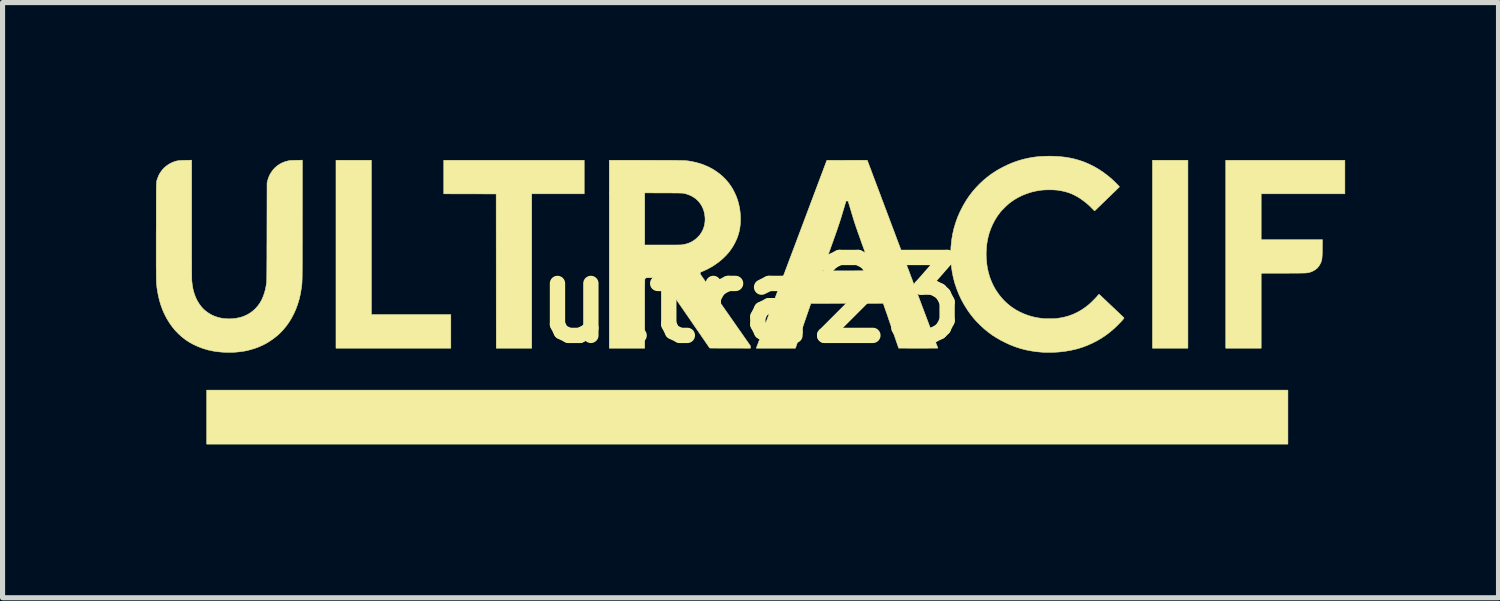
<source format=kicad_pcb>
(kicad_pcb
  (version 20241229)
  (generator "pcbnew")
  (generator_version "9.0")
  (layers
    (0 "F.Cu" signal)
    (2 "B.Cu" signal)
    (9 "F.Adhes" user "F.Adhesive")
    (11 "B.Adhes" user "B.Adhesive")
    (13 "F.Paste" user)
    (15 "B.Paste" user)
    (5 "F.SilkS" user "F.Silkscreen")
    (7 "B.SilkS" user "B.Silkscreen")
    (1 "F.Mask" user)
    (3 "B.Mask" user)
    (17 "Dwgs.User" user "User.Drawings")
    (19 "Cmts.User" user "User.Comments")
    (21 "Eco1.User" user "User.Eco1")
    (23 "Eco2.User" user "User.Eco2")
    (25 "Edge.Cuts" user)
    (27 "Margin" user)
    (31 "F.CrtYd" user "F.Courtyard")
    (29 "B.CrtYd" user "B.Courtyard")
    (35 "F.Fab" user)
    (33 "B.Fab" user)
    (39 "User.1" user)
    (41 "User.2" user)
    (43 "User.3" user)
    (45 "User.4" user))
  (footprint "ultra23"
    (layer "F.Cu")
    (at 11.627 2.82)
    (property "Reference" "ultra23" (at 0 0 0) (layer "F.SilkS") (effects (font (size 1.524 1.524) (thickness 0.3))))
    (attr through_hole)
    (fp_poly (pts (xy 8.556 0.94) (xy 7.863 0.94) (xy 7.863 -2.736) (xy 8.556 -2.736) (xy 8.556 0.94)) (stroke (width 0.01) (type solid)) (fill yes) (layer "F.SilkS"))
    (fp_poly (pts (xy -7.413 0.283) (xy -5.86 0.283) (xy -5.86 0.94) (xy -8.106 0.94) (xy -8.106 -2.736) (xy -7.413 -2.736) (xy -7.413 0.283)) (stroke (width 0.01) (type solid)) (fill yes) (layer "F.SilkS"))
    (fp_poly (pts (xy -3.251 -2.079) (xy -4.278 -2.079) (xy -4.278 0.94) (xy -4.971 0.94) (xy -4.972 -0.569) (xy -4.973 -2.077) (xy -5.485 -2.078) (xy -5.998 -2.079) (xy -5.998 -2.736) (xy -3.251 -2.736) (xy -3.251 -2.079)) (stroke (width 0.01) (type solid)) (fill yes) (layer "F.SilkS"))
    (fp_poly (pts (xy 3.878 1.76) (xy 5.76 1.76) (xy 5.976 1.76) (xy 7.156 1.76) (xy 7.332 1.76) (xy 7.868 1.76) (xy 10.512 1.76) (xy 10.512 2.816) (xy -10.635 2.816) (xy -10.635 1.76) (xy -7.991 1.76) (xy -7.511 1.76) (xy -7.338 1.76) (xy -6.17 1.76) (xy -5.956 1.76) (xy -4.085 1.76) (xy -3.835 1.76) (xy 3.627 1.76) (xy 3.878 1.76)) (stroke (width 0.01) (type solid)) (fill yes) (layer "F.SilkS"))
    (fp_poly (pts (xy 11.626 -2.079) (xy 9.989 -2.079) (xy 9.989 -1.183) (xy 11.188 -1.183) (xy 11.185 -1.012) (xy 11.185 -0.964) (xy 11.184 -0.924) (xy 11.183 -0.889) (xy 11.181 -0.859) (xy 11.179 -0.833) (xy 11.177 -0.811) (xy 11.174 -0.791) (xy 11.17 -0.774) (xy 11.165 -0.758) (xy 11.16 -0.743) (xy 11.153 -0.728) (xy 11.145 -0.711) (xy 11.141 -0.704) (xy 11.117 -0.664) (xy 11.088 -0.629) (xy 11.054 -0.6) (xy 11.014 -0.575) (xy 10.97 -0.555) (xy 10.962 -0.553) (xy 10.952 -0.549) (xy 10.943 -0.546) (xy 10.934 -0.543) (xy 10.926 -0.541) (xy 10.917 -0.539) (xy 10.907 -0.537) (xy 10.897 -0.535) (xy 10.885 -0.534) (xy 10.87 -0.532) (xy 10.854 -0.531) (xy 10.834 -0.53) (xy 10.812 -0.53) (xy 10.786 -0.529) (xy 10.755 -0.529) (xy 10.72 -0.528) (xy 10.68 -0.528) (xy 10.635 -0.528) (xy 10.584 -0.528) (xy 10.527 -0.527) (xy 10.463 -0.527) (xy 10.428 -0.527) (xy 9.989 -0.526) (xy 9.989 0.94) (xy 9.296 0.94) (xy 9.296 -2.736) (xy 11.626 -2.736) (xy 11.626 -2.079)) (stroke (width 0.01) (type solid)) (fill yes) (layer "F.SilkS"))
    (fp_poly (pts (xy -2.038 -2.735) (xy -1.951 -2.735) (xy -1.871 -2.735) (xy -1.798 -2.734) (xy -1.731 -2.734) (xy -1.67 -2.734) (xy -1.614 -2.734) (xy -1.564 -2.734) (xy -1.518 -2.733) (xy -1.477 -2.733) (xy -1.441 -2.733) (xy -1.408 -2.732) (xy -1.379 -2.732) (xy -1.353 -2.731) (xy -1.331 -2.731) (xy -1.31 -2.73) (xy -1.292 -2.729) (xy -1.276 -2.728) (xy -1.262 -2.727) (xy -1.249 -2.726) (xy -1.236 -2.725) (xy -1.225 -2.723) (xy -1.213 -2.722) (xy -1.202 -2.72) (xy -1.19 -2.718) (xy -1.177 -2.716) (xy -1.167 -2.714) (xy -1.076 -2.696) (xy -0.989 -2.672) (xy -0.904 -2.642) (xy -0.822 -2.606) (xy -0.743 -2.565) (xy -0.669 -2.518) (xy -0.599 -2.466) (xy -0.534 -2.41) (xy -0.474 -2.349) (xy -0.42 -2.283) (xy -0.417 -2.279) (xy -0.378 -2.224) (xy -0.341 -2.163) (xy -0.308 -2.098) (xy -0.278 -2.032) (xy -0.277 -2.028) (xy -0.25 -1.955) (xy -0.229 -1.878) (xy -0.212 -1.799) (xy -0.201 -1.717) (xy -0.195 -1.636) (xy -0.194 -1.555) (xy -0.199 -1.476) (xy -0.209 -1.399) (xy -0.22 -1.344) (xy -0.24 -1.273) (xy -0.266 -1.201) (xy -0.299 -1.13) (xy -0.336 -1.061) (xy -0.379 -0.995) (xy -0.42 -0.94) (xy -0.477 -0.875) (xy -0.54 -0.813) (xy -0.608 -0.755) (xy -0.681 -0.702) (xy -0.756 -0.653) (xy -0.835 -0.61) (xy -0.914 -0.573) (xy -0.935 -0.564) (xy -0.979 -0.547) (xy -0.981 -0.53) (xy -0.984 -0.512) (xy -0.492 0.192) (xy 0 0.896) (xy 0 0.94) (xy -0.398 0.939) (xy -0.796 0.938) (xy -1.237 0.297) (xy -1.28 0.235) (xy -1.321 0.175) (xy -1.361 0.117) (xy -1.4 0.061) (xy -1.437 0.007) (xy -1.473 -0.045) (xy -1.506 -0.093) (xy -1.537 -0.138) (xy -1.566 -0.18) (xy -1.593 -0.218) (xy -1.616 -0.252) (xy -1.637 -0.282) (xy -1.654 -0.307) (xy -1.668 -0.327) (xy -1.679 -0.342) (xy -1.686 -0.352) (xy -1.689 -0.356) (xy -1.711 -0.379) (xy -1.739 -0.399) (xy -1.771 -0.416) (xy -1.802 -0.429) (xy -1.819 -0.434) (xy -1.828 -0.435) (xy -1.839 -0.437) (xy -1.852 -0.438) (xy -1.868 -0.438) (xy -1.889 -0.439) (xy -1.915 -0.439) (xy -1.944 -0.438) (xy -2.042 -0.437) (xy -2.052 -0.428) (xy -2.059 -0.419) (xy -2.065 -0.407) (xy -2.065 -0.407) (xy -2.065 -0.401) (xy -2.066 -0.389) (xy -2.066 -0.369) (xy -2.066 -0.342) (xy -2.067 -0.309) (xy -2.067 -0.269) (xy -2.067 -0.222) (xy -2.068 -0.168) (xy -2.068 -0.108) (xy -2.068 -0.042) (xy -2.068 0.03) (xy -2.068 0.109) (xy -2.068 0.194) (xy -2.068 0.273) (xy -2.068 0.94) (xy -2.761 0.94) (xy -2.761 -1.078) (xy -2.068 -1.078) (xy -1.719 -1.078) (xy -1.658 -1.078) (xy -1.605 -1.078) (xy -1.557 -1.078) (xy -1.515 -1.078) (xy -1.479 -1.078) (xy -1.448 -1.079) (xy -1.422 -1.079) (xy -1.4 -1.079) (xy -1.381 -1.08) (xy -1.366 -1.08) (xy -1.353 -1.081) (xy -1.343 -1.082) (xy -1.335 -1.083) (xy -1.333 -1.083) (xy -1.271 -1.095) (xy -1.214 -1.112) (xy -1.16 -1.135) (xy -1.111 -1.164) (xy -1.064 -1.199) (xy -1.029 -1.232) (xy -0.989 -1.276) (xy -0.956 -1.324) (xy -0.929 -1.376) (xy -0.909 -1.43) (xy -0.895 -1.487) (xy -0.888 -1.546) (xy -0.887 -1.606) (xy -0.894 -1.669) (xy -0.895 -1.676) (xy -0.908 -1.737) (xy -0.928 -1.794) (xy -0.954 -1.847) (xy -0.985 -1.895) (xy -1.022 -1.939) (xy -1.063 -1.978) (xy -1.11 -2.012) (xy -1.162 -2.042) (xy -1.218 -2.065) (xy -1.279 -2.084) (xy -1.295 -2.087) (xy -1.301 -2.089) (xy -1.307 -2.09) (xy -1.313 -2.091) (xy -1.32 -2.092) (xy -1.329 -2.092) (xy -1.339 -2.093) (xy -1.351 -2.093) (xy -1.367 -2.094) (xy -1.385 -2.094) (xy -1.407 -2.095) (xy -1.433 -2.095) (xy -1.464 -2.095) (xy -1.5 -2.095) (xy -1.541 -2.096) (xy -1.588 -2.096) (xy -1.641 -2.096) (xy -1.699 -2.096) (xy -2.068 -2.098) (xy -2.068 -1.078) (xy -2.761 -1.078) (xy -2.761 -2.736) (xy -2.038 -2.735)) (stroke (width 0.01) (type solid)) (fill yes) (layer "F.SilkS"))
    (fp_poly (pts (xy 2.289 -2.726) (xy 2.29 -2.722) (xy 2.294 -2.711) (xy 2.301 -2.694) (xy 2.309 -2.671) (xy 2.32 -2.642) (xy 2.333 -2.607) (xy 2.349 -2.567) (xy 2.366 -2.521) (xy 2.385 -2.469) (xy 2.406 -2.413) (xy 2.429 -2.352) (xy 2.454 -2.286) (xy 2.48 -2.216) (xy 2.508 -2.142) (xy 2.538 -2.064) (xy 2.568 -1.981) (xy 2.601 -1.896) (xy 2.634 -1.806) (xy 2.669 -1.714) (xy 2.705 -1.618) (xy 2.742 -1.52) (xy 2.78 -1.419) (xy 2.819 -1.316) (xy 2.858 -1.21) (xy 2.899 -1.102) (xy 2.94 -0.993) (xy 2.979 -0.89) (xy 3.02 -0.779) (xy 3.061 -0.669) (xy 3.102 -0.562) (xy 3.141 -0.456) (xy 3.18 -0.353) (xy 3.218 -0.253) (xy 3.255 -0.155) (xy 3.29 -0.06) (xy 3.325 0.032) (xy 3.358 0.121) (xy 3.39 0.206) (xy 3.421 0.288) (xy 3.45 0.365) (xy 3.478 0.439) (xy 3.504 0.509) (xy 3.528 0.573) (xy 3.551 0.634) (xy 3.572 0.689) (xy 3.591 0.74) (xy 3.607 0.785) (xy 3.622 0.825) (xy 3.635 0.859) (xy 3.646 0.887) (xy 3.654 0.909) (xy 3.66 0.925) (xy 3.664 0.935) (xy 3.665 0.938) (xy 3.661 0.938) (xy 3.651 0.939) (xy 3.634 0.939) (xy 3.612 0.939) (xy 3.584 0.939) (xy 3.551 0.939) (xy 3.514 0.939) (xy 3.473 0.94) (xy 3.428 0.94) (xy 3.381 0.94) (xy 3.331 0.94) (xy 3.282 0.94) (xy 3.23 0.94) (xy 3.18 0.94) (xy 3.133 0.94) (xy 3.088 0.94) (xy 3.047 0.939) (xy 3.011 0.939) (xy 2.978 0.939) (xy 2.951 0.939) (xy 2.928 0.939) (xy 2.912 0.939) (xy 2.902 0.939) (xy 2.899 0.938) (xy 2.898 0.935) (xy 2.895 0.925) (xy 2.889 0.909) (xy 2.882 0.888) (xy 2.873 0.861) (xy 2.862 0.831) (xy 2.85 0.796) (xy 2.837 0.757) (xy 2.823 0.715) (xy 2.807 0.671) (xy 2.791 0.624) (xy 2.775 0.576) (xy 2.757 0.526) (xy 2.74 0.476) (xy 2.722 0.425) (xy 2.705 0.374) (xy 2.688 0.323) (xy 2.671 0.274) (xy 2.654 0.226) (xy 2.638 0.18) (xy 2.623 0.137) (xy 2.611 0.101) (xy 2.597 0.062) (xy 1.89 0.063) (xy 1.182 0.064) (xy 0.88 0.94) (xy 0.498 0.94) (xy 0.115 0.94) (xy 0.118 0.932) (xy 0.119 0.928) (xy 0.123 0.917) (xy 0.129 0.9) (xy 0.138 0.877) (xy 0.149 0.848) (xy 0.162 0.813) (xy 0.177 0.773) (xy 0.194 0.727) (xy 0.213 0.676) (xy 0.234 0.62) (xy 0.257 0.559) (xy 0.282 0.493) (xy 0.308 0.423) (xy 0.336 0.349) (xy 0.365 0.271) (xy 0.396 0.189) (xy 0.428 0.103) (xy 0.462 0.014) (xy 0.496 -0.079) (xy 0.532 -0.174) (xy 0.569 -0.272) (xy 0.607 -0.373) (xy 0.646 -0.477) (xy 0.682 -0.573) (xy 1.408 -0.573) (xy 1.889 -0.573) (xy 1.959 -0.573) (xy 2.024 -0.573) (xy 2.084 -0.574) (xy 2.139 -0.574) (xy 2.189 -0.574) (xy 2.234 -0.574) (xy 2.272 -0.574) (xy 2.304 -0.575) (xy 2.331 -0.575) (xy 2.35 -0.576) (xy 2.363 -0.576) (xy 2.369 -0.577) (xy 2.369 -0.577) (xy 2.368 -0.58) (xy 2.365 -0.591) (xy 2.359 -0.607) (xy 2.351 -0.629) (xy 2.342 -0.656) (xy 2.331 -0.688) (xy 2.318 -0.724) (xy 2.303 -0.765) (xy 2.288 -0.809) (xy 2.271 -0.856) (xy 2.253 -0.906) (xy 2.234 -0.959) (xy 2.215 -1.014) (xy 2.205 -1.04) (xy 2.181 -1.106) (xy 2.16 -1.166) (xy 2.141 -1.22) (xy 2.124 -1.268) (xy 2.108 -1.312) (xy 2.094 -1.352) (xy 2.082 -1.387) (xy 2.07 -1.42) (xy 2.06 -1.45) (xy 2.051 -1.477) (xy 2.042 -1.503) (xy 2.034 -1.528) (xy 2.026 -1.552) (xy 2.019 -1.576) (xy 2.011 -1.6) (xy 2.004 -1.626) (xy 1.996 -1.652) (xy 1.987 -1.681) (xy 1.978 -1.711) (xy 1.976 -1.719) (xy 1.91 -1.938) (xy 1.89 -1.938) (xy 1.87 -1.938) (xy 1.803 -1.715) (xy 1.795 -1.689) (xy 1.788 -1.664) (xy 1.78 -1.639) (xy 1.773 -1.615) (xy 1.765 -1.591) (xy 1.758 -1.566) (xy 1.749 -1.541) (xy 1.741 -1.515) (xy 1.732 -1.488) (xy 1.722 -1.459) (xy 1.712 -1.429) (xy 1.701 -1.396) (xy 1.689 -1.361) (xy 1.675 -1.322) (xy 1.661 -1.281) (xy 1.645 -1.236) (xy 1.628 -1.187) (xy 1.609 -1.134) (xy 1.588 -1.077) (xy 1.566 -1.015) (xy 1.542 -0.947) (xy 1.516 -0.874) (xy 1.488 -0.796) (xy 1.458 -0.711) (xy 1.425 -0.62) (xy 1.417 -0.598) (xy 1.408 -0.573) (xy 0.682 -0.573) (xy 0.686 -0.583) (xy 0.726 -0.69) (xy 0.767 -0.8) (xy 0.807 -0.905) (xy 1.494 -2.734) (xy 1.89 -2.735) (xy 2.285 -2.736) (xy 2.289 -2.726)) (stroke (width 0.01) (type solid)) (fill yes) (layer "F.SilkS"))
    (fp_poly (pts (xy -8.764 -1.565) (xy -8.764 -1.454) (xy -8.764 -1.351) (xy -8.764 -1.253) (xy -8.764 -1.163) (xy -8.765 -1.078) (xy -8.765 -1) (xy -8.765 -0.928) (xy -8.765 -0.86) (xy -8.765 -0.798) (xy -8.765 -0.742) (xy -8.765 -0.689) (xy -8.766 -0.642) (xy -8.766 -0.598) (xy -8.766 -0.559) (xy -8.767 -0.523) (xy -8.767 -0.491) (xy -8.767 -0.461) (xy -8.768 -0.435) (xy -8.768 -0.412) (xy -8.769 -0.391) (xy -8.77 -0.372) (xy -8.77 -0.355) (xy -8.771 -0.34) (xy -8.772 -0.326) (xy -8.773 -0.314) (xy -8.774 -0.302) (xy -8.775 -0.291) (xy -8.777 -0.281) (xy -8.778 -0.271) (xy -8.779 -0.26) (xy -8.781 -0.25) (xy -8.783 -0.239) (xy -8.784 -0.227) (xy -8.785 -0.221) (xy -8.803 -0.115) (xy -8.827 -0.013) (xy -8.857 0.086) (xy -8.892 0.181) (xy -8.933 0.271) (xy -8.979 0.358) (xy -9.03 0.44) (xy -9.086 0.517) (xy -9.147 0.589) (xy -9.212 0.656) (xy -9.269 0.706) (xy -9.347 0.766) (xy -9.428 0.82) (xy -9.513 0.868) (xy -9.602 0.909) (xy -9.694 0.944) (xy -9.789 0.972) (xy -9.887 0.995) (xy -9.989 1.01) (xy -10.095 1.02) (xy -10.203 1.022) (xy -10.309 1.019) (xy -10.412 1.01) (xy -10.514 0.995) (xy -10.612 0.973) (xy -10.707 0.945) (xy -10.798 0.911) (xy -10.886 0.871) (xy -10.969 0.826) (xy -11.045 0.777) (xy -11.117 0.721) (xy -11.185 0.66) (xy -11.249 0.594) (xy -11.308 0.522) (xy -11.362 0.446) (xy -11.412 0.365) (xy -11.457 0.279) (xy -11.497 0.19) (xy -11.531 0.096) (xy -11.56 -0.001) (xy -11.583 -0.101) (xy -11.595 -0.163) (xy -11.598 -0.18) (xy -11.6 -0.196) (xy -11.602 -0.211) (xy -11.605 -0.226) (xy -11.607 -0.241) (xy -11.609 -0.256) (xy -11.61 -0.272) (xy -11.612 -0.288) (xy -11.613 -0.306) (xy -11.615 -0.325) (xy -11.616 -0.345) (xy -11.617 -0.368) (xy -11.618 -0.392) (xy -11.619 -0.419) (xy -11.619 -0.449) (xy -11.62 -0.483) (xy -11.62 -0.519) (xy -11.621 -0.559) (xy -11.621 -0.603) (xy -11.622 -0.652) (xy -11.622 -0.705) (xy -11.622 -0.762) (xy -11.622 -0.825) (xy -11.622 -0.893) (xy -11.622 -0.967) (xy -11.622 -1.047) (xy -11.622 -1.133) (xy -11.622 -1.226) (xy -11.622 -1.325) (xy -11.621 -1.372) (xy -11.621 -1.469) (xy -11.621 -1.559) (xy -11.621 -1.643) (xy -11.621 -1.72) (xy -11.621 -1.791) (xy -11.621 -1.857) (xy -11.621 -1.916) (xy -11.621 -1.971) (xy -11.62 -2.02) (xy -11.62 -2.065) (xy -11.62 -2.105) (xy -11.62 -2.14) (xy -11.619 -2.172) (xy -11.619 -2.2) (xy -11.618 -2.225) (xy -11.618 -2.247) (xy -11.617 -2.266) (xy -11.616 -2.282) (xy -11.615 -2.296) (xy -11.614 -2.308) (xy -11.613 -2.319) (xy -11.612 -2.327) (xy -11.61 -2.335) (xy -11.609 -2.342) (xy -11.607 -2.348) (xy -11.605 -2.354) (xy -11.603 -2.36) (xy -11.601 -2.366) (xy -11.599 -2.372) (xy -11.596 -2.379) (xy -11.595 -2.383) (xy -11.573 -2.439) (xy -11.544 -2.491) (xy -11.51 -2.539) (xy -11.471 -2.583) (xy -11.426 -2.622) (xy -11.378 -2.656) (xy -11.325 -2.685) (xy -11.268 -2.708) (xy -11.265 -2.709) (xy -11.246 -2.715) (xy -11.227 -2.72) (xy -11.209 -2.724) (xy -11.19 -2.727) (xy -11.169 -2.73) (xy -11.145 -2.732) (xy -11.117 -2.733) (xy -11.084 -2.734) (xy -11.045 -2.735) (xy -11.044 -2.735) (xy -10.929 -2.737) (xy -10.929 -1.576) (xy -10.929 -1.448) (xy -10.929 -1.327) (xy -10.929 -1.213) (xy -10.929 -1.106) (xy -10.929 -1.007) (xy -10.929 -0.914) (xy -10.929 -0.829) (xy -10.928 -0.752) (xy -10.928 -0.681) (xy -10.928 -0.617) (xy -10.928 -0.561) (xy -10.927 -0.512) (xy -10.927 -0.471) (xy -10.927 -0.436) (xy -10.926 -0.409) (xy -10.926 -0.389) (xy -10.926 -0.376) (xy -10.925 -0.372) (xy -10.915 -0.286) (xy -10.9 -0.206) (xy -10.879 -0.13) (xy -10.852 -0.058) (xy -10.821 0.008) (xy -10.784 0.069) (xy -10.742 0.126) (xy -10.74 0.129) (xy -10.695 0.178) (xy -10.644 0.221) (xy -10.59 0.259) (xy -10.531 0.292) (xy -10.469 0.319) (xy -10.404 0.34) (xy -10.335 0.355) (xy -10.265 0.363) (xy -10.192 0.366) (xy -10.131 0.363) (xy -10.062 0.355) (xy -9.999 0.343) (xy -9.94 0.327) (xy -9.884 0.305) (xy -9.831 0.279) (xy -9.781 0.249) (xy -9.727 0.208) (xy -9.678 0.163) (xy -9.634 0.113) (xy -9.595 0.058) (xy -9.56 -0.002) (xy -9.531 -0.068) (xy -9.506 -0.139) (xy -9.485 -0.215) (xy -9.47 -0.297) (xy -9.465 -0.334) (xy -9.464 -0.339) (xy -9.463 -0.345) (xy -9.463 -0.352) (xy -9.462 -0.36) (xy -9.462 -0.369) (xy -9.461 -0.38) (xy -9.461 -0.393) (xy -9.46 -0.407) (xy -9.46 -0.425) (xy -9.46 -0.445) (xy -9.459 -0.467) (xy -9.459 -0.494) (xy -9.459 -0.523) (xy -9.459 -0.557) (xy -9.458 -0.594) (xy -9.458 -0.636) (xy -9.458 -0.682) (xy -9.458 -0.734) (xy -9.457 -0.79) (xy -9.457 -0.852) (xy -9.457 -0.919) (xy -9.457 -0.993) (xy -9.457 -1.072) (xy -9.456 -1.158) (xy -9.456 -1.251) (xy -9.456 -1.339) (xy -9.454 -2.295) (xy -9.444 -2.333) (xy -9.426 -2.393) (xy -9.402 -2.449) (xy -9.371 -2.501) (xy -9.336 -2.549) (xy -9.296 -2.592) (xy -9.251 -2.63) (xy -9.201 -2.663) (xy -9.148 -2.69) (xy -9.092 -2.711) (xy -9.032 -2.726) (xy -9.028 -2.727) (xy -9.015 -2.729) (xy -8.999 -2.731) (xy -8.979 -2.732) (xy -8.955 -2.733) (xy -8.925 -2.734) (xy -8.89 -2.735) (xy -8.878 -2.735) (xy -8.763 -2.737) (xy -8.764 -1.565)) (stroke (width 0.01) (type solid)) (fill yes) (layer "F.SilkS"))
    (fp_poly (pts (xy 5.887 -2.815) (xy 5.978 -2.812) (xy 6.063 -2.806) (xy 6.144 -2.797) (xy 6.222 -2.785) (xy 6.298 -2.77) (xy 6.374 -2.751) (xy 6.444 -2.73) (xy 6.538 -2.697) (xy 6.63 -2.657) (xy 6.722 -2.611) (xy 6.812 -2.559) (xy 6.899 -2.501) (xy 6.983 -2.438) (xy 7.064 -2.371) (xy 7.139 -2.299) (xy 7.178 -2.259) (xy 7.218 -2.216) (xy 7.182 -2.181) (xy 7.174 -2.173) (xy 7.161 -2.16) (xy 7.144 -2.144) (xy 7.123 -2.123) (xy 7.098 -2.1) (xy 7.071 -2.074) (xy 7.042 -2.045) (xy 7.011 -2.015) (xy 6.978 -1.984) (xy 6.945 -1.951) (xy 6.94 -1.947) (xy 6.908 -1.916) (xy 6.877 -1.886) (xy 6.848 -1.858) (xy 6.821 -1.832) (xy 6.797 -1.809) (xy 6.777 -1.789) (xy 6.759 -1.772) (xy 6.746 -1.759) (xy 6.736 -1.751) (xy 6.732 -1.746) (xy 6.731 -1.746) (xy 6.728 -1.748) (xy 6.721 -1.755) (xy 6.71 -1.765) (xy 6.698 -1.778) (xy 6.691 -1.785) (xy 6.629 -1.847) (xy 6.562 -1.906) (xy 6.49 -1.96) (xy 6.452 -1.987) (xy 6.392 -2.024) (xy 6.334 -2.055) (xy 6.276 -2.082) (xy 6.216 -2.104) (xy 6.154 -2.122) (xy 6.088 -2.137) (xy 6.017 -2.149) (xy 6.005 -2.151) (xy 5.98 -2.153) (xy 5.949 -2.155) (xy 5.914 -2.157) (xy 5.876 -2.157) (xy 5.837 -2.158) (xy 5.798 -2.157) (xy 5.761 -2.156) (xy 5.727 -2.154) (xy 5.698 -2.152) (xy 5.688 -2.151) (xy 5.59 -2.135) (xy 5.496 -2.113) (xy 5.406 -2.084) (xy 5.319 -2.05) (xy 5.236 -2.009) (xy 5.156 -1.962) (xy 5.079 -1.908) (xy 5.079 -1.908) (xy 5.06 -1.892) (xy 5.037 -1.872) (xy 5.011 -1.849) (xy 4.985 -1.824) (xy 4.959 -1.798) (xy 4.934 -1.773) (xy 4.911 -1.749) (xy 4.892 -1.728) (xy 4.883 -1.716) (xy 4.828 -1.642) (xy 4.779 -1.563) (xy 4.736 -1.48) (xy 4.699 -1.394) (xy 4.668 -1.305) (xy 4.644 -1.214) (xy 4.627 -1.121) (xy 4.623 -1.094) (xy 4.614 -1) (xy 4.61 -0.906) (xy 4.613 -0.813) (xy 4.621 -0.721) (xy 4.634 -0.631) (xy 4.653 -0.544) (xy 4.677 -0.461) (xy 4.681 -0.448) (xy 4.715 -0.36) (xy 4.755 -0.275) (xy 4.801 -0.195) (xy 4.852 -0.12) (xy 4.908 -0.049) (xy 4.969 0.017) (xy 5.035 0.078) (xy 5.106 0.134) (xy 5.181 0.184) (xy 5.261 0.228) (xy 5.344 0.267) (xy 5.348 0.268) (xy 5.436 0.301) (xy 5.527 0.327) (xy 5.621 0.346) (xy 5.717 0.36) (xy 5.739 0.361) (xy 5.766 0.363) (xy 5.798 0.364) (xy 5.832 0.364) (xy 5.866 0.364) (xy 5.9 0.363) (xy 5.931 0.363) (xy 5.958 0.361) (xy 5.976 0.36) (xy 6.067 0.347) (xy 6.153 0.329) (xy 6.236 0.305) (xy 6.316 0.275) (xy 6.394 0.238) (xy 6.47 0.195) (xy 6.544 0.145) (xy 6.599 0.103) (xy 6.62 0.086) (xy 6.644 0.064) (xy 6.67 0.04) (xy 6.697 0.013) (xy 6.723 -0.013) (xy 6.748 -0.039) (xy 6.77 -0.062) (xy 6.782 -0.076) (xy 6.794 -0.09) (xy 6.805 -0.102) (xy 6.813 -0.111) (xy 6.818 -0.115) (xy 6.818 -0.115) (xy 6.821 -0.113) (xy 6.829 -0.105) (xy 6.841 -0.094) (xy 6.857 -0.079) (xy 6.877 -0.061) (xy 6.899 -0.04) (xy 6.924 -0.016) (xy 6.952 0.01) (xy 6.98 0.037) (xy 7.01 0.065) (xy 7.041 0.095) (xy 7.072 0.124) (xy 7.103 0.153) (xy 7.134 0.182) (xy 7.163 0.21) (xy 7.191 0.236) (xy 7.217 0.261) (xy 7.24 0.283) (xy 7.261 0.303) (xy 7.278 0.319) (xy 7.291 0.332) (xy 7.301 0.341) (xy 7.305 0.346) (xy 7.306 0.347) (xy 7.305 0.352) (xy 7.299 0.362) (xy 7.288 0.376) (xy 7.272 0.395) (xy 7.25 0.419) (xy 7.224 0.446) (xy 7.193 0.478) (xy 7.185 0.486) (xy 7.109 0.559) (xy 7.032 0.624) (xy 6.954 0.684) (xy 6.872 0.739) (xy 6.786 0.79) (xy 6.695 0.837) (xy 6.693 0.838) (xy 6.594 0.883) (xy 6.493 0.921) (xy 6.389 0.953) (xy 6.282 0.978) (xy 6.171 0.998) (xy 6.056 1.012) (xy 6.038 1.014) (xy 6.009 1.016) (xy 5.974 1.018) (xy 5.936 1.02) (xy 5.896 1.021) (xy 5.855 1.021) (xy 5.816 1.022) (xy 5.779 1.021) (xy 5.747 1.021) (xy 5.722 1.02) (xy 5.607 1.01) (xy 5.495 0.994) (xy 5.387 0.973) (xy 5.282 0.946) (xy 5.178 0.912) (xy 5.076 0.872) (xy 4.975 0.825) (xy 4.975 0.825) (xy 4.887 0.78) (xy 4.805 0.732) (xy 4.728 0.683) (xy 4.655 0.629) (xy 4.584 0.572) (xy 4.515 0.509) (xy 4.484 0.479) (xy 4.431 0.426) (xy 4.384 0.375) (xy 4.341 0.323) (xy 4.3 0.27) (xy 4.259 0.213) (xy 4.244 0.191) (xy 4.18 0.089) (xy 4.123 -0.015) (xy 4.074 -0.121) (xy 4.031 -0.23) (xy 3.994 -0.341) (xy 3.965 -0.455) (xy 3.943 -0.57) (xy 3.927 -0.689) (xy 3.923 -0.74) (xy 3.921 -0.762) (xy 3.92 -0.79) (xy 3.92 -0.822) (xy 3.919 -0.857) (xy 3.919 -0.894) (xy 3.919 -0.931) (xy 3.92 -0.966) (xy 3.92 -0.999) (xy 3.921 -1.027) (xy 3.922 -1.05) (xy 3.923 -1.052) (xy 3.935 -1.171) (xy 3.954 -1.287) (xy 3.98 -1.401) (xy 4.013 -1.512) (xy 4.052 -1.621) (xy 4.099 -1.728) (xy 4.152 -1.833) (xy 4.213 -1.937) (xy 4.225 -1.957) (xy 4.28 -2.038) (xy 4.342 -2.119) (xy 4.409 -2.197) (xy 4.48 -2.271) (xy 4.555 -2.341) (xy 4.632 -2.405) (xy 4.661 -2.427) (xy 4.713 -2.466) (xy 4.764 -2.5) (xy 4.814 -2.532) (xy 4.866 -2.562) (xy 4.921 -2.592) (xy 4.969 -2.616) (xy 5.037 -2.649) (xy 5.102 -2.677) (xy 5.165 -2.701) (xy 5.228 -2.723) (xy 5.292 -2.742) (xy 5.35 -2.758) (xy 5.431 -2.776) (xy 5.51 -2.791) (xy 5.588 -2.802) (xy 5.669 -2.809) (xy 5.752 -2.814) (xy 5.839 -2.815) (xy 5.887 -2.815)) (stroke (width 0.01) (type solid)) (fill yes) (layer "F.SilkS")))
  (gr_rect
    (start -3 -3)
    (end 26.258 8.641)
    (stroke (width 0.1) (type default))
    (fill no)
    (layer "Edge.Cuts")))
</source>
